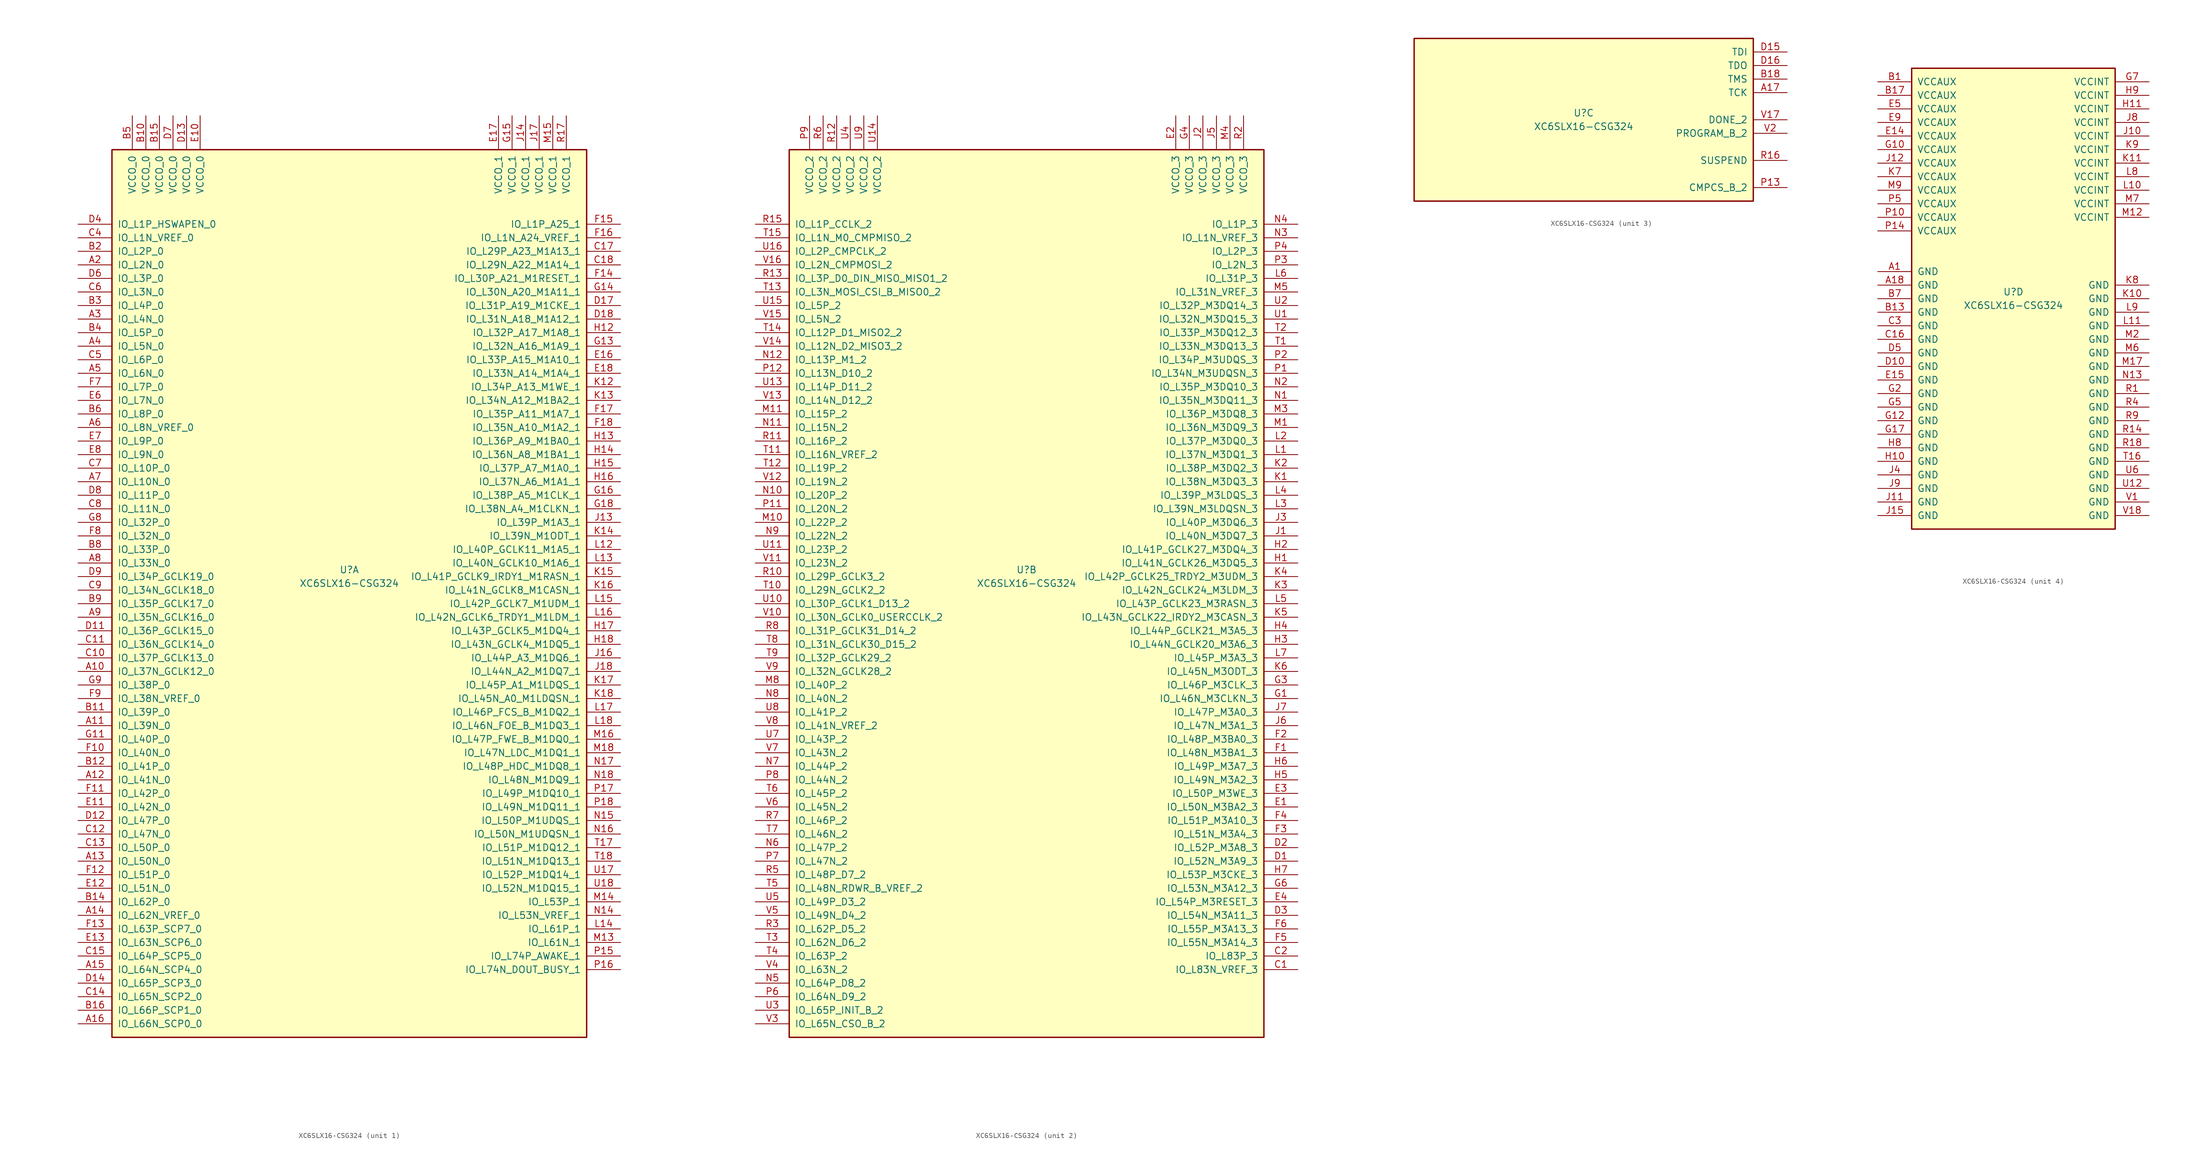
<source format=kicad_sym>
(kicad_symbol_lib
  (version 20201005)
  (generator kicad_symbol_editor)
  (symbol "FPGA_Xilinx_Spartan6:XC6SLX16-CSG324"
    (pin_names
      (offset 1.016))
    (property "Reference" "U"
      (at 0 1.27 0)
      (effects (font (size 1.27 1.27))))
    (property "Value" "XC6SLX16-CSG324"
      (at 0 -1.27 0)
      (effects (font (size 1.27 1.27))))
    (property "Datasheet" ""
      (at 0 0 0)
      (effects (font (size 1.27 1.27))))
    (property "ki_locked" ""
      (at 0 0 0)
      (effects (font (size 1.27 1.27))))
    (symbol "XC6SLX16-CSG324_1_1"
      (rectangle (start -44.45 80.01) (end 44.45 -86.36) (stroke (width 0.254)) (fill (type background)))
      (pin power_in line (at -40.64 86.36 270) (length 6.35) (name "VCCO_0" (effects (font (size 1.27 1.27)))) (number "B5" (effects (font (size 1.27 1.27)))))
      (pin power_in line (at -38.1 86.36 270) (length 6.35) (name "VCCO_0" (effects (font (size 1.27 1.27)))) (number "B10" (effects (font (size 1.27 1.27)))))
      (pin power_in line (at -35.56 86.36 270) (length 6.35) (name "VCCO_0" (effects (font (size 1.27 1.27)))) (number "B15" (effects (font (size 1.27 1.27)))))
      (pin power_in line (at -33.02 86.36 270) (length 6.35) (name "VCCO_0" (effects (font (size 1.27 1.27)))) (number "D7" (effects (font (size 1.27 1.27)))))
      (pin power_in line (at -30.48 86.36 270) (length 6.35) (name "VCCO_0" (effects (font (size 1.27 1.27)))) (number "D13" (effects (font (size 1.27 1.27)))))
      (pin power_in line (at -27.94 86.36 270) (length 6.35) (name "VCCO_0" (effects (font (size 1.27 1.27)))) (number "E10" (effects (font (size 1.27 1.27)))))
      (pin bidirectional line (at -50.8 66.04 0) (length 6.35) (name "IO_L1P_HSWAPEN_0" (effects (font (size 1.27 1.27)))) (number "D4" (effects (font (size 1.27 1.27)))))
      (pin bidirectional line (at -50.8 63.5 0) (length 6.35) (name "IO_L1N_VREF_0" (effects (font (size 1.27 1.27)))) (number "C4" (effects (font (size 1.27 1.27)))))
      (pin bidirectional line (at -50.8 60.96 0) (length 6.35) (name "IO_L2P_0" (effects (font (size 1.27 1.27)))) (number "B2" (effects (font (size 1.27 1.27)))))
      (pin bidirectional line (at -50.8 58.42 0) (length 6.35) (name "IO_L2N_0" (effects (font (size 1.27 1.27)))) (number "A2" (effects (font (size 1.27 1.27)))))
      (pin bidirectional line (at -50.8 55.88 0) (length 6.35) (name "IO_L3P_0" (effects (font (size 1.27 1.27)))) (number "D6" (effects (font (size 1.27 1.27)))))
      (pin bidirectional line (at -50.8 53.34 0) (length 6.35) (name "IO_L3N_0" (effects (font (size 1.27 1.27)))) (number "C6" (effects (font (size 1.27 1.27)))))
      (pin bidirectional line (at -50.8 50.8 0) (length 6.35) (name "IO_L4P_0" (effects (font (size 1.27 1.27)))) (number "B3" (effects (font (size 1.27 1.27)))))
      (pin bidirectional line (at -50.8 48.26 0) (length 6.35) (name "IO_L4N_0" (effects (font (size 1.27 1.27)))) (number "A3" (effects (font (size 1.27 1.27)))))
      (pin bidirectional line (at -50.8 45.72 0) (length 6.35) (name "IO_L5P_0" (effects (font (size 1.27 1.27)))) (number "B4" (effects (font (size 1.27 1.27)))))
      (pin bidirectional line (at -50.8 43.18 0) (length 6.35) (name "IO_L5N_0" (effects (font (size 1.27 1.27)))) (number "A4" (effects (font (size 1.27 1.27)))))
      (pin bidirectional line (at -50.8 40.64 0) (length 6.35) (name "IO_L6P_0" (effects (font (size 1.27 1.27)))) (number "C5" (effects (font (size 1.27 1.27)))))
      (pin bidirectional line (at -50.8 38.1 0) (length 6.35) (name "IO_L6N_0" (effects (font (size 1.27 1.27)))) (number "A5" (effects (font (size 1.27 1.27)))))
      (pin bidirectional line (at -50.8 35.56 0) (length 6.35) (name "IO_L7P_0" (effects (font (size 1.27 1.27)))) (number "F7" (effects (font (size 1.27 1.27)))))
      (pin bidirectional line (at -50.8 33.02 0) (length 6.35) (name "IO_L7N_0" (effects (font (size 1.27 1.27)))) (number "E6" (effects (font (size 1.27 1.27)))))
      (pin bidirectional line (at -50.8 30.48 0) (length 6.35) (name "IO_L8P_0" (effects (font (size 1.27 1.27)))) (number "B6" (effects (font (size 1.27 1.27)))))
      (pin bidirectional line (at -50.8 27.94 0) (length 6.35) (name "IO_L8N_VREF_0" (effects (font (size 1.27 1.27)))) (number "A6" (effects (font (size 1.27 1.27)))))
      (pin bidirectional line (at -50.8 25.4 0) (length 6.35) (name "IO_L9P_0" (effects (font (size 1.27 1.27)))) (number "E7" (effects (font (size 1.27 1.27)))))
      (pin bidirectional line (at -50.8 22.86 0) (length 6.35) (name "IO_L9N_0" (effects (font (size 1.27 1.27)))) (number "E8" (effects (font (size 1.27 1.27)))))
      (pin bidirectional line (at -50.8 20.32 0) (length 6.35) (name "IO_L10P_0" (effects (font (size 1.27 1.27)))) (number "C7" (effects (font (size 1.27 1.27)))))
      (pin bidirectional line (at -50.8 17.78 0) (length 6.35) (name "IO_L10N_0" (effects (font (size 1.27 1.27)))) (number "A7" (effects (font (size 1.27 1.27)))))
      (pin bidirectional line (at -50.8 15.24 0) (length 6.35) (name "IO_L11P_0" (effects (font (size 1.27 1.27)))) (number "D8" (effects (font (size 1.27 1.27)))))
      (pin bidirectional line (at -50.8 12.7 0) (length 6.35) (name "IO_L11N_0" (effects (font (size 1.27 1.27)))) (number "C8" (effects (font (size 1.27 1.27)))))
      (pin bidirectional line (at -50.8 10.16 0) (length 6.35) (name "IO_L32P_0" (effects (font (size 1.27 1.27)))) (number "G8" (effects (font (size 1.27 1.27)))))
      (pin bidirectional line (at -50.8 7.62 0) (length 6.35) (name "IO_L32N_0" (effects (font (size 1.27 1.27)))) (number "F8" (effects (font (size 1.27 1.27)))))
      (pin bidirectional line (at -50.8 5.08 0) (length 6.35) (name "IO_L33P_0" (effects (font (size 1.27 1.27)))) (number "B8" (effects (font (size 1.27 1.27)))))
      (pin bidirectional line (at -50.8 2.54 0) (length 6.35) (name "IO_L33N_0" (effects (font (size 1.27 1.27)))) (number "A8" (effects (font (size 1.27 1.27)))))
      (pin bidirectional line (at -50.8 0 0) (length 6.35) (name "IO_L34P_GCLK19_0" (effects (font (size 1.27 1.27)))) (number "D9" (effects (font (size 1.27 1.27)))))
      (pin bidirectional line (at -50.8 -2.54 0) (length 6.35) (name "IO_L34N_GCLK18_0" (effects (font (size 1.27 1.27)))) (number "C9" (effects (font (size 1.27 1.27)))))
      (pin bidirectional line (at -50.8 -5.08 0) (length 6.35) (name "IO_L35P_GCLK17_0" (effects (font (size 1.27 1.27)))) (number "B9" (effects (font (size 1.27 1.27)))))
      (pin bidirectional line (at -50.8 -7.62 0) (length 6.35) (name "IO_L35N_GCLK16_0" (effects (font (size 1.27 1.27)))) (number "A9" (effects (font (size 1.27 1.27)))))
      (pin bidirectional line (at -50.8 -10.16 0) (length 6.35) (name "IO_L36P_GCLK15_0" (effects (font (size 1.27 1.27)))) (number "D11" (effects (font (size 1.27 1.27)))))
      (pin bidirectional line (at -50.8 -12.7 0) (length 6.35) (name "IO_L36N_GCLK14_0" (effects (font (size 1.27 1.27)))) (number "C11" (effects (font (size 1.27 1.27)))))
      (pin bidirectional line (at -50.8 -15.24 0) (length 6.35) (name "IO_L37P_GCLK13_0" (effects (font (size 1.27 1.27)))) (number "C10" (effects (font (size 1.27 1.27)))))
      (pin bidirectional line (at -50.8 -17.78 0) (length 6.35) (name "IO_L37N_GCLK12_0" (effects (font (size 1.27 1.27)))) (number "A10" (effects (font (size 1.27 1.27)))))
      (pin bidirectional line (at -50.8 -20.32 0) (length 6.35) (name "IO_L38P_0" (effects (font (size 1.27 1.27)))) (number "G9" (effects (font (size 1.27 1.27)))))
      (pin bidirectional line (at -50.8 -22.86 0) (length 6.35) (name "IO_L38N_VREF_0" (effects (font (size 1.27 1.27)))) (number "F9" (effects (font (size 1.27 1.27)))))
      (pin bidirectional line (at -50.8 -25.4 0) (length 6.35) (name "IO_L39P_0" (effects (font (size 1.27 1.27)))) (number "B11" (effects (font (size 1.27 1.27)))))
      (pin bidirectional line (at -50.8 -27.94 0) (length 6.35) (name "IO_L39N_0" (effects (font (size 1.27 1.27)))) (number "A11" (effects (font (size 1.27 1.27)))))
      (pin bidirectional line (at -50.8 -30.48 0) (length 6.35) (name "IO_L40P_0" (effects (font (size 1.27 1.27)))) (number "G11" (effects (font (size 1.27 1.27)))))
      (pin bidirectional line (at -50.8 -33.02 0) (length 6.35) (name "IO_L40N_0" (effects (font (size 1.27 1.27)))) (number "F10" (effects (font (size 1.27 1.27)))))
      (pin bidirectional line (at -50.8 -35.56 0) (length 6.35) (name "IO_L41P_0" (effects (font (size 1.27 1.27)))) (number "B12" (effects (font (size 1.27 1.27)))))
      (pin bidirectional line (at -50.8 -38.1 0) (length 6.35) (name "IO_L41N_0" (effects (font (size 1.27 1.27)))) (number "A12" (effects (font (size 1.27 1.27)))))
      (pin bidirectional line (at -50.8 -40.64 0) (length 6.35) (name "IO_L42P_0" (effects (font (size 1.27 1.27)))) (number "F11" (effects (font (size 1.27 1.27)))))
      (pin bidirectional line (at -50.8 -43.18 0) (length 6.35) (name "IO_L42N_0" (effects (font (size 1.27 1.27)))) (number "E11" (effects (font (size 1.27 1.27)))))
      (pin bidirectional line (at -50.8 -45.72 0) (length 6.35) (name "IO_L47P_0" (effects (font (size 1.27 1.27)))) (number "D12" (effects (font (size 1.27 1.27)))))
      (pin bidirectional line (at -50.8 -48.26 0) (length 6.35) (name "IO_L47N_0" (effects (font (size 1.27 1.27)))) (number "C12" (effects (font (size 1.27 1.27)))))
      (pin bidirectional line (at -50.8 -50.8 0) (length 6.35) (name "IO_L50P_0" (effects (font (size 1.27 1.27)))) (number "C13" (effects (font (size 1.27 1.27)))))
      (pin bidirectional line (at -50.8 -53.34 0) (length 6.35) (name "IO_L50N_0" (effects (font (size 1.27 1.27)))) (number "A13" (effects (font (size 1.27 1.27)))))
      (pin bidirectional line (at -50.8 -55.88 0) (length 6.35) (name "IO_L51P_0" (effects (font (size 1.27 1.27)))) (number "F12" (effects (font (size 1.27 1.27)))))
      (pin bidirectional line (at -50.8 -58.42 0) (length 6.35) (name "IO_L51N_0" (effects (font (size 1.27 1.27)))) (number "E12" (effects (font (size 1.27 1.27)))))
      (pin bidirectional line (at -50.8 -60.96 0) (length 6.35) (name "IO_L62P_0" (effects (font (size 1.27 1.27)))) (number "B14" (effects (font (size 1.27 1.27)))))
      (pin bidirectional line (at -50.8 -63.5 0) (length 6.35) (name "IO_L62N_VREF_0" (effects (font (size 1.27 1.27)))) (number "A14" (effects (font (size 1.27 1.27)))))
      (pin bidirectional line (at -50.8 -66.04 0) (length 6.35) (name "IO_L63P_SCP7_0" (effects (font (size 1.27 1.27)))) (number "F13" (effects (font (size 1.27 1.27)))))
      (pin bidirectional line (at -50.8 -68.58 0) (length 6.35) (name "IO_L63N_SCP6_0" (effects (font (size 1.27 1.27)))) (number "E13" (effects (font (size 1.27 1.27)))))
      (pin bidirectional line (at -50.8 -71.12 0) (length 6.35) (name "IO_L64P_SCP5_0" (effects (font (size 1.27 1.27)))) (number "C15" (effects (font (size 1.27 1.27)))))
      (pin bidirectional line (at -50.8 -73.66 0) (length 6.35) (name "IO_L64N_SCP4_0" (effects (font (size 1.27 1.27)))) (number "A15" (effects (font (size 1.27 1.27)))))
      (pin bidirectional line (at -50.8 -76.2 0) (length 6.35) (name "IO_L65P_SCP3_0" (effects (font (size 1.27 1.27)))) (number "D14" (effects (font (size 1.27 1.27)))))
      (pin bidirectional line (at -50.8 -78.74 0) (length 6.35) (name "IO_L65N_SCP2_0" (effects (font (size 1.27 1.27)))) (number "C14" (effects (font (size 1.27 1.27)))))
      (pin bidirectional line (at -50.8 -81.28 0) (length 6.35) (name "IO_L66P_SCP1_0" (effects (font (size 1.27 1.27)))) (number "B16" (effects (font (size 1.27 1.27)))))
      (pin bidirectional line (at -50.8 -83.82 0) (length 6.35) (name "IO_L66N_SCP0_0" (effects (font (size 1.27 1.27)))) (number "A16" (effects (font (size 1.27 1.27)))))
      (pin power_in line (at 27.94 86.36 270) (length 6.35) (name "VCCO_1" (effects (font (size 1.27 1.27)))) (number "E17" (effects (font (size 1.27 1.27)))))
      (pin power_in line (at 30.48 86.36 270) (length 6.35) (name "VCCO_1" (effects (font (size 1.27 1.27)))) (number "G15" (effects (font (size 1.27 1.27)))))
      (pin power_in line (at 33.02 86.36 270) (length 6.35) (name "VCCO_1" (effects (font (size 1.27 1.27)))) (number "J14" (effects (font (size 1.27 1.27)))))
      (pin power_in line (at 35.56 86.36 270) (length 6.35) (name "VCCO_1" (effects (font (size 1.27 1.27)))) (number "J17" (effects (font (size 1.27 1.27)))))
      (pin power_in line (at 38.1 86.36 270) (length 6.35) (name "VCCO_1" (effects (font (size 1.27 1.27)))) (number "M15" (effects (font (size 1.27 1.27)))))
      (pin power_in line (at 40.64 86.36 270) (length 6.35) (name "VCCO_1" (effects (font (size 1.27 1.27)))) (number "R17" (effects (font (size 1.27 1.27)))))
      (pin bidirectional line (at 50.8 66.04 180) (length 6.35) (name "IO_L1P_A25_1" (effects (font (size 1.27 1.27)))) (number "F15" (effects (font (size 1.27 1.27)))))
      (pin bidirectional line (at 50.8 63.5 180) (length 6.35) (name "IO_L1N_A24_VREF_1" (effects (font (size 1.27 1.27)))) (number "F16" (effects (font (size 1.27 1.27)))))
      (pin bidirectional line (at 50.8 60.96 180) (length 6.35) (name "IO_L29P_A23_M1A13_1" (effects (font (size 1.27 1.27)))) (number "C17" (effects (font (size 1.27 1.27)))))
      (pin bidirectional line (at 50.8 58.42 180) (length 6.35) (name "IO_L29N_A22_M1A14_1" (effects (font (size 1.27 1.27)))) (number "C18" (effects (font (size 1.27 1.27)))))
      (pin bidirectional line (at 50.8 55.88 180) (length 6.35) (name "IO_L30P_A21_M1RESET_1" (effects (font (size 1.27 1.27)))) (number "F14" (effects (font (size 1.27 1.27)))))
      (pin bidirectional line (at 50.8 53.34 180) (length 6.35) (name "IO_L30N_A20_M1A11_1" (effects (font (size 1.27 1.27)))) (number "G14" (effects (font (size 1.27 1.27)))))
      (pin bidirectional line (at 50.8 50.8 180) (length 6.35) (name "IO_L31P_A19_M1CKE_1" (effects (font (size 1.27 1.27)))) (number "D17" (effects (font (size 1.27 1.27)))))
      (pin bidirectional line (at 50.8 48.26 180) (length 6.35) (name "IO_L31N_A18_M1A12_1" (effects (font (size 1.27 1.27)))) (number "D18" (effects (font (size 1.27 1.27)))))
      (pin bidirectional line (at 50.8 45.72 180) (length 6.35) (name "IO_L32P_A17_M1A8_1" (effects (font (size 1.27 1.27)))) (number "H12" (effects (font (size 1.27 1.27)))))
      (pin bidirectional line (at 50.8 43.18 180) (length 6.35) (name "IO_L32N_A16_M1A9_1" (effects (font (size 1.27 1.27)))) (number "G13" (effects (font (size 1.27 1.27)))))
      (pin bidirectional line (at 50.8 40.64 180) (length 6.35) (name "IO_L33P_A15_M1A10_1" (effects (font (size 1.27 1.27)))) (number "E16" (effects (font (size 1.27 1.27)))))
      (pin bidirectional line (at 50.8 38.1 180) (length 6.35) (name "IO_L33N_A14_M1A4_1" (effects (font (size 1.27 1.27)))) (number "E18" (effects (font (size 1.27 1.27)))))
      (pin bidirectional line (at 50.8 35.56 180) (length 6.35) (name "IO_L34P_A13_M1WE_1" (effects (font (size 1.27 1.27)))) (number "K12" (effects (font (size 1.27 1.27)))))
      (pin bidirectional line (at 50.8 33.02 180) (length 6.35) (name "IO_L34N_A12_M1BA2_1" (effects (font (size 1.27 1.27)))) (number "K13" (effects (font (size 1.27 1.27)))))
      (pin bidirectional line (at 50.8 30.48 180) (length 6.35) (name "IO_L35P_A11_M1A7_1" (effects (font (size 1.27 1.27)))) (number "F17" (effects (font (size 1.27 1.27)))))
      (pin bidirectional line (at 50.8 27.94 180) (length 6.35) (name "IO_L35N_A10_M1A2_1" (effects (font (size 1.27 1.27)))) (number "F18" (effects (font (size 1.27 1.27)))))
      (pin bidirectional line (at 50.8 25.4 180) (length 6.35) (name "IO_L36P_A9_M1BA0_1" (effects (font (size 1.27 1.27)))) (number "H13" (effects (font (size 1.27 1.27)))))
      (pin bidirectional line (at 50.8 22.86 180) (length 6.35) (name "IO_L36N_A8_M1BA1_1" (effects (font (size 1.27 1.27)))) (number "H14" (effects (font (size 1.27 1.27)))))
      (pin bidirectional line (at 50.8 20.32 180) (length 6.35) (name "IO_L37P_A7_M1A0_1" (effects (font (size 1.27 1.27)))) (number "H15" (effects (font (size 1.27 1.27)))))
      (pin bidirectional line (at 50.8 17.78 180) (length 6.35) (name "IO_L37N_A6_M1A1_1" (effects (font (size 1.27 1.27)))) (number "H16" (effects (font (size 1.27 1.27)))))
      (pin bidirectional line (at 50.8 15.24 180) (length 6.35) (name "IO_L38P_A5_M1CLK_1" (effects (font (size 1.27 1.27)))) (number "G16" (effects (font (size 1.27 1.27)))))
      (pin bidirectional line (at 50.8 12.7 180) (length 6.35) (name "IO_L38N_A4_M1CLKN_1" (effects (font (size 1.27 1.27)))) (number "G18" (effects (font (size 1.27 1.27)))))
      (pin bidirectional line (at 50.8 10.16 180) (length 6.35) (name "IO_L39P_M1A3_1" (effects (font (size 1.27 1.27)))) (number "J13" (effects (font (size 1.27 1.27)))))
      (pin bidirectional line (at 50.8 7.62 180) (length 6.35) (name "IO_L39N_M1ODT_1" (effects (font (size 1.27 1.27)))) (number "K14" (effects (font (size 1.27 1.27)))))
      (pin bidirectional line (at 50.8 5.08 180) (length 6.35) (name "IO_L40P_GCLK11_M1A5_1" (effects (font (size 1.27 1.27)))) (number "L12" (effects (font (size 1.27 1.27)))))
      (pin bidirectional line (at 50.8 2.54 180) (length 6.35) (name "IO_L40N_GCLK10_M1A6_1" (effects (font (size 1.27 1.27)))) (number "L13" (effects (font (size 1.27 1.27)))))
      (pin bidirectional line (at 50.8 0 180) (length 6.35) (name "IO_L41P_GCLK9_IRDY1_M1RASN_1" (effects (font (size 1.27 1.27)))) (number "K15" (effects (font (size 1.27 1.27)))))
      (pin bidirectional line (at 50.8 -2.54 180) (length 6.35) (name "IO_L41N_GCLK8_M1CASN_1" (effects (font (size 1.27 1.27)))) (number "K16" (effects (font (size 1.27 1.27)))))
      (pin bidirectional line (at 50.8 -5.08 180) (length 6.35) (name "IO_L42P_GCLK7_M1UDM_1" (effects (font (size 1.27 1.27)))) (number "L15" (effects (font (size 1.27 1.27)))))
      (pin bidirectional line (at 50.8 -7.62 180) (length 6.35) (name "IO_L42N_GCLK6_TRDY1_M1LDM_1" (effects (font (size 1.27 1.27)))) (number "L16" (effects (font (size 1.27 1.27)))))
      (pin bidirectional line (at 50.8 -10.16 180) (length 6.35) (name "IO_L43P_GCLK5_M1DQ4_1" (effects (font (size 1.27 1.27)))) (number "H17" (effects (font (size 1.27 1.27)))))
      (pin bidirectional line (at 50.8 -12.7 180) (length 6.35) (name "IO_L43N_GCLK4_M1DQ5_1" (effects (font (size 1.27 1.27)))) (number "H18" (effects (font (size 1.27 1.27)))))
      (pin bidirectional line (at 50.8 -15.24 180) (length 6.35) (name "IO_L44P_A3_M1DQ6_1" (effects (font (size 1.27 1.27)))) (number "J16" (effects (font (size 1.27 1.27)))))
      (pin bidirectional line (at 50.8 -17.78 180) (length 6.35) (name "IO_L44N_A2_M1DQ7_1" (effects (font (size 1.27 1.27)))) (number "J18" (effects (font (size 1.27 1.27)))))
      (pin bidirectional line (at 50.8 -20.32 180) (length 6.35) (name "IO_L45P_A1_M1LDQS_1" (effects (font (size 1.27 1.27)))) (number "K17" (effects (font (size 1.27 1.27)))))
      (pin bidirectional line (at 50.8 -22.86 180) (length 6.35) (name "IO_L45N_A0_M1LDQSN_1" (effects (font (size 1.27 1.27)))) (number "K18" (effects (font (size 1.27 1.27)))))
      (pin bidirectional line (at 50.8 -25.4 180) (length 6.35) (name "IO_L46P_FCS_B_M1DQ2_1" (effects (font (size 1.27 1.27)))) (number "L17" (effects (font (size 1.27 1.27)))))
      (pin bidirectional line (at 50.8 -27.94 180) (length 6.35) (name "IO_L46N_FOE_B_M1DQ3_1" (effects (font (size 1.27 1.27)))) (number "L18" (effects (font (size 1.27 1.27)))))
      (pin bidirectional line (at 50.8 -30.48 180) (length 6.35) (name "IO_L47P_FWE_B_M1DQ0_1" (effects (font (size 1.27 1.27)))) (number "M16" (effects (font (size 1.27 1.27)))))
      (pin bidirectional line (at 50.8 -33.02 180) (length 6.35) (name "IO_L47N_LDC_M1DQ1_1" (effects (font (size 1.27 1.27)))) (number "M18" (effects (font (size 1.27 1.27)))))
      (pin bidirectional line (at 50.8 -35.56 180) (length 6.35) (name "IO_L48P_HDC_M1DQ8_1" (effects (font (size 1.27 1.27)))) (number "N17" (effects (font (size 1.27 1.27)))))
      (pin bidirectional line (at 50.8 -38.1 180) (length 6.35) (name "IO_L48N_M1DQ9_1" (effects (font (size 1.27 1.27)))) (number "N18" (effects (font (size 1.27 1.27)))))
      (pin bidirectional line (at 50.8 -40.64 180) (length 6.35) (name "IO_L49P_M1DQ10_1" (effects (font (size 1.27 1.27)))) (number "P17" (effects (font (size 1.27 1.27)))))
      (pin bidirectional line (at 50.8 -43.18 180) (length 6.35) (name "IO_L49N_M1DQ11_1" (effects (font (size 1.27 1.27)))) (number "P18" (effects (font (size 1.27 1.27)))))
      (pin bidirectional line (at 50.8 -45.72 180) (length 6.35) (name "IO_L50P_M1UDQS_1" (effects (font (size 1.27 1.27)))) (number "N15" (effects (font (size 1.27 1.27)))))
      (pin bidirectional line (at 50.8 -48.26 180) (length 6.35) (name "IO_L50N_M1UDQSN_1" (effects (font (size 1.27 1.27)))) (number "N16" (effects (font (size 1.27 1.27)))))
      (pin bidirectional line (at 50.8 -50.8 180) (length 6.35) (name "IO_L51P_M1DQ12_1" (effects (font (size 1.27 1.27)))) (number "T17" (effects (font (size 1.27 1.27)))))
      (pin bidirectional line (at 50.8 -53.34 180) (length 6.35) (name "IO_L51N_M1DQ13_1" (effects (font (size 1.27 1.27)))) (number "T18" (effects (font (size 1.27 1.27)))))
      (pin bidirectional line (at 50.8 -55.88 180) (length 6.35) (name "IO_L52P_M1DQ14_1" (effects (font (size 1.27 1.27)))) (number "U17" (effects (font (size 1.27 1.27)))))
      (pin bidirectional line (at 50.8 -58.42 180) (length 6.35) (name "IO_L52N_M1DQ15_1" (effects (font (size 1.27 1.27)))) (number "U18" (effects (font (size 1.27 1.27)))))
      (pin bidirectional line (at 50.8 -60.96 180) (length 6.35) (name "IO_L53P_1" (effects (font (size 1.27 1.27)))) (number "M14" (effects (font (size 1.27 1.27)))))
      (pin bidirectional line (at 50.8 -63.5 180) (length 6.35) (name "IO_L53N_VREF_1" (effects (font (size 1.27 1.27)))) (number "N14" (effects (font (size 1.27 1.27)))))
      (pin bidirectional line (at 50.8 -66.04 180) (length 6.35) (name "IO_L61P_1" (effects (font (size 1.27 1.27)))) (number "L14" (effects (font (size 1.27 1.27)))))
      (pin bidirectional line (at 50.8 -68.58 180) (length 6.35) (name "IO_L61N_1" (effects (font (size 1.27 1.27)))) (number "M13" (effects (font (size 1.27 1.27)))))
      (pin bidirectional line (at 50.8 -71.12 180) (length 6.35) (name "IO_L74P_AWAKE_1" (effects (font (size 1.27 1.27)))) (number "P15" (effects (font (size 1.27 1.27)))))
      (pin bidirectional line (at 50.8 -73.66 180) (length 6.35) (name "IO_L74N_DOUT_BUSY_1" (effects (font (size 1.27 1.27)))) (number "P16" (effects (font (size 1.27 1.27))))))
    (symbol "XC6SLX16-CSG324_2_1"
      (rectangle (start -44.45 80.01) (end 44.45 -86.36) (stroke (width 0.254)) (fill (type background)))
      (pin power_in line (at -40.64 86.36 270) (length 6.35) (name "VCCO_2" (effects (font (size 1.27 1.27)))) (number "P9" (effects (font (size 1.27 1.27)))))
      (pin power_in line (at -38.1 86.36 270) (length 6.35) (name "VCCO_2" (effects (font (size 1.27 1.27)))) (number "R6" (effects (font (size 1.27 1.27)))))
      (pin power_in line (at -35.56 86.36 270) (length 6.35) (name "VCCO_2" (effects (font (size 1.27 1.27)))) (number "R12" (effects (font (size 1.27 1.27)))))
      (pin power_in line (at -33.02 86.36 270) (length 6.35) (name "VCCO_2" (effects (font (size 1.27 1.27)))) (number "U4" (effects (font (size 1.27 1.27)))))
      (pin power_in line (at -30.48 86.36 270) (length 6.35) (name "VCCO_2" (effects (font (size 1.27 1.27)))) (number "U9" (effects (font (size 1.27 1.27)))))
      (pin power_in line (at -27.94 86.36 270) (length 6.35) (name "VCCO_2" (effects (font (size 1.27 1.27)))) (number "U14" (effects (font (size 1.27 1.27)))))
      (pin bidirectional line (at -50.8 66.04 0) (length 6.35) (name "IO_L1P_CCLK_2" (effects (font (size 1.27 1.27)))) (number "R15" (effects (font (size 1.27 1.27)))))
      (pin bidirectional line (at -50.8 63.5 0) (length 6.35) (name "IO_L1N_M0_CMPMISO_2" (effects (font (size 1.27 1.27)))) (number "T15" (effects (font (size 1.27 1.27)))))
      (pin bidirectional line (at -50.8 60.96 0) (length 6.35) (name "IO_L2P_CMPCLK_2" (effects (font (size 1.27 1.27)))) (number "U16" (effects (font (size 1.27 1.27)))))
      (pin bidirectional line (at -50.8 58.42 0) (length 6.35) (name "IO_L2N_CMPMOSI_2" (effects (font (size 1.27 1.27)))) (number "V16" (effects (font (size 1.27 1.27)))))
      (pin bidirectional line (at -50.8 55.88 0) (length 6.35) (name "IO_L3P_D0_DIN_MISO_MISO1_2" (effects (font (size 1.27 1.27)))) (number "R13" (effects (font (size 1.27 1.27)))))
      (pin bidirectional line (at -50.8 53.34 0) (length 6.35) (name "IO_L3N_MOSI_CSI_B_MISO0_2" (effects (font (size 1.27 1.27)))) (number "T13" (effects (font (size 1.27 1.27)))))
      (pin bidirectional line (at -50.8 50.8 0) (length 6.35) (name "IO_L5P_2" (effects (font (size 1.27 1.27)))) (number "U15" (effects (font (size 1.27 1.27)))))
      (pin bidirectional line (at -50.8 48.26 0) (length 6.35) (name "IO_L5N_2" (effects (font (size 1.27 1.27)))) (number "V15" (effects (font (size 1.27 1.27)))))
      (pin bidirectional line (at -50.8 45.72 0) (length 6.35) (name "IO_L12P_D1_MISO2_2" (effects (font (size 1.27 1.27)))) (number "T14" (effects (font (size 1.27 1.27)))))
      (pin bidirectional line (at -50.8 43.18 0) (length 6.35) (name "IO_L12N_D2_MISO3_2" (effects (font (size 1.27 1.27)))) (number "V14" (effects (font (size 1.27 1.27)))))
      (pin bidirectional line (at -50.8 40.64 0) (length 6.35) (name "IO_L13P_M1_2" (effects (font (size 1.27 1.27)))) (number "N12" (effects (font (size 1.27 1.27)))))
      (pin bidirectional line (at -50.8 38.1 0) (length 6.35) (name "IO_L13N_D10_2" (effects (font (size 1.27 1.27)))) (number "P12" (effects (font (size 1.27 1.27)))))
      (pin bidirectional line (at -50.8 35.56 0) (length 6.35) (name "IO_L14P_D11_2" (effects (font (size 1.27 1.27)))) (number "U13" (effects (font (size 1.27 1.27)))))
      (pin bidirectional line (at -50.8 33.02 0) (length 6.35) (name "IO_L14N_D12_2" (effects (font (size 1.27 1.27)))) (number "V13" (effects (font (size 1.27 1.27)))))
      (pin bidirectional line (at -50.8 30.48 0) (length 6.35) (name "IO_L15P_2" (effects (font (size 1.27 1.27)))) (number "M11" (effects (font (size 1.27 1.27)))))
      (pin bidirectional line (at -50.8 27.94 0) (length 6.35) (name "IO_L15N_2" (effects (font (size 1.27 1.27)))) (number "N11" (effects (font (size 1.27 1.27)))))
      (pin bidirectional line (at -50.8 25.4 0) (length 6.35) (name "IO_L16P_2" (effects (font (size 1.27 1.27)))) (number "R11" (effects (font (size 1.27 1.27)))))
      (pin bidirectional line (at -50.8 22.86 0) (length 6.35) (name "IO_L16N_VREF_2" (effects (font (size 1.27 1.27)))) (number "T11" (effects (font (size 1.27 1.27)))))
      (pin bidirectional line (at -50.8 20.32 0) (length 6.35) (name "IO_L19P_2" (effects (font (size 1.27 1.27)))) (number "T12" (effects (font (size 1.27 1.27)))))
      (pin bidirectional line (at -50.8 17.78 0) (length 6.35) (name "IO_L19N_2" (effects (font (size 1.27 1.27)))) (number "V12" (effects (font (size 1.27 1.27)))))
      (pin bidirectional line (at -50.8 15.24 0) (length 6.35) (name "IO_L20P_2" (effects (font (size 1.27 1.27)))) (number "N10" (effects (font (size 1.27 1.27)))))
      (pin bidirectional line (at -50.8 12.7 0) (length 6.35) (name "IO_L20N_2" (effects (font (size 1.27 1.27)))) (number "P11" (effects (font (size 1.27 1.27)))))
      (pin bidirectional line (at -50.8 10.16 0) (length 6.35) (name "IO_L22P_2" (effects (font (size 1.27 1.27)))) (number "M10" (effects (font (size 1.27 1.27)))))
      (pin bidirectional line (at -50.8 7.62 0) (length 6.35) (name "IO_L22N_2" (effects (font (size 1.27 1.27)))) (number "N9" (effects (font (size 1.27 1.27)))))
      (pin bidirectional line (at -50.8 5.08 0) (length 6.35) (name "IO_L23P_2" (effects (font (size 1.27 1.27)))) (number "U11" (effects (font (size 1.27 1.27)))))
      (pin bidirectional line (at -50.8 2.54 0) (length 6.35) (name "IO_L23N_2" (effects (font (size 1.27 1.27)))) (number "V11" (effects (font (size 1.27 1.27)))))
      (pin bidirectional line (at -50.8 0 0) (length 6.35) (name "IO_L29P_GCLK3_2" (effects (font (size 1.27 1.27)))) (number "R10" (effects (font (size 1.27 1.27)))))
      (pin bidirectional line (at -50.8 -2.54 0) (length 6.35) (name "IO_L29N_GCLK2_2" (effects (font (size 1.27 1.27)))) (number "T10" (effects (font (size 1.27 1.27)))))
      (pin bidirectional line (at -50.8 -5.08 0) (length 6.35) (name "IO_L30P_GCLK1_D13_2" (effects (font (size 1.27 1.27)))) (number "U10" (effects (font (size 1.27 1.27)))))
      (pin bidirectional line (at -50.8 -7.62 0) (length 6.35) (name "IO_L30N_GCLK0_USERCCLK_2" (effects (font (size 1.27 1.27)))) (number "V10" (effects (font (size 1.27 1.27)))))
      (pin bidirectional line (at -50.8 -10.16 0) (length 6.35) (name "IO_L31P_GCLK31_D14_2" (effects (font (size 1.27 1.27)))) (number "R8" (effects (font (size 1.27 1.27)))))
      (pin bidirectional line (at -50.8 -12.7 0) (length 6.35) (name "IO_L31N_GCLK30_D15_2" (effects (font (size 1.27 1.27)))) (number "T8" (effects (font (size 1.27 1.27)))))
      (pin bidirectional line (at -50.8 -15.24 0) (length 6.35) (name "IO_L32P_GCLK29_2" (effects (font (size 1.27 1.27)))) (number "T9" (effects (font (size 1.27 1.27)))))
      (pin bidirectional line (at -50.8 -17.78 0) (length 6.35) (name "IO_L32N_GCLK28_2" (effects (font (size 1.27 1.27)))) (number "V9" (effects (font (size 1.27 1.27)))))
      (pin bidirectional line (at -50.8 -20.32 0) (length 6.35) (name "IO_L40P_2" (effects (font (size 1.27 1.27)))) (number "M8" (effects (font (size 1.27 1.27)))))
      (pin bidirectional line (at -50.8 -22.86 0) (length 6.35) (name "IO_L40N_2" (effects (font (size 1.27 1.27)))) (number "N8" (effects (font (size 1.27 1.27)))))
      (pin bidirectional line (at -50.8 -25.4 0) (length 6.35) (name "IO_L41P_2" (effects (font (size 1.27 1.27)))) (number "U8" (effects (font (size 1.27 1.27)))))
      (pin bidirectional line (at -50.8 -27.94 0) (length 6.35) (name "IO_L41N_VREF_2" (effects (font (size 1.27 1.27)))) (number "V8" (effects (font (size 1.27 1.27)))))
      (pin bidirectional line (at -50.8 -30.48 0) (length 6.35) (name "IO_L43P_2" (effects (font (size 1.27 1.27)))) (number "U7" (effects (font (size 1.27 1.27)))))
      (pin bidirectional line (at -50.8 -33.02 0) (length 6.35) (name "IO_L43N_2" (effects (font (size 1.27 1.27)))) (number "V7" (effects (font (size 1.27 1.27)))))
      (pin bidirectional line (at -50.8 -35.56 0) (length 6.35) (name "IO_L44P_2" (effects (font (size 1.27 1.27)))) (number "N7" (effects (font (size 1.27 1.27)))))
      (pin bidirectional line (at -50.8 -38.1 0) (length 6.35) (name "IO_L44N_2" (effects (font (size 1.27 1.27)))) (number "P8" (effects (font (size 1.27 1.27)))))
      (pin bidirectional line (at -50.8 -40.64 0) (length 6.35) (name "IO_L45P_2" (effects (font (size 1.27 1.27)))) (number "T6" (effects (font (size 1.27 1.27)))))
      (pin bidirectional line (at -50.8 -43.18 0) (length 6.35) (name "IO_L45N_2" (effects (font (size 1.27 1.27)))) (number "V6" (effects (font (size 1.27 1.27)))))
      (pin bidirectional line (at -50.8 -45.72 0) (length 6.35) (name "IO_L46P_2" (effects (font (size 1.27 1.27)))) (number "R7" (effects (font (size 1.27 1.27)))))
      (pin bidirectional line (at -50.8 -48.26 0) (length 6.35) (name "IO_L46N_2" (effects (font (size 1.27 1.27)))) (number "T7" (effects (font (size 1.27 1.27)))))
      (pin bidirectional line (at -50.8 -50.8 0) (length 6.35) (name "IO_L47P_2" (effects (font (size 1.27 1.27)))) (number "N6" (effects (font (size 1.27 1.27)))))
      (pin bidirectional line (at -50.8 -53.34 0) (length 6.35) (name "IO_L47N_2" (effects (font (size 1.27 1.27)))) (number "P7" (effects (font (size 1.27 1.27)))))
      (pin bidirectional line (at -50.8 -55.88 0) (length 6.35) (name "IO_L48P_D7_2" (effects (font (size 1.27 1.27)))) (number "R5" (effects (font (size 1.27 1.27)))))
      (pin bidirectional line (at -50.8 -58.42 0) (length 6.35) (name "IO_L48N_RDWR_B_VREF_2" (effects (font (size 1.27 1.27)))) (number "T5" (effects (font (size 1.27 1.27)))))
      (pin bidirectional line (at -50.8 -60.96 0) (length 6.35) (name "IO_L49P_D3_2" (effects (font (size 1.27 1.27)))) (number "U5" (effects (font (size 1.27 1.27)))))
      (pin bidirectional line (at -50.8 -63.5 0) (length 6.35) (name "IO_L49N_D4_2" (effects (font (size 1.27 1.27)))) (number "V5" (effects (font (size 1.27 1.27)))))
      (pin bidirectional line (at -50.8 -66.04 0) (length 6.35) (name "IO_L62P_D5_2" (effects (font (size 1.27 1.27)))) (number "R3" (effects (font (size 1.27 1.27)))))
      (pin bidirectional line (at -50.8 -68.58 0) (length 6.35) (name "IO_L62N_D6_2" (effects (font (size 1.27 1.27)))) (number "T3" (effects (font (size 1.27 1.27)))))
      (pin bidirectional line (at -50.8 -71.12 0) (length 6.35) (name "IO_L63P_2" (effects (font (size 1.27 1.27)))) (number "T4" (effects (font (size 1.27 1.27)))))
      (pin bidirectional line (at -50.8 -73.66 0) (length 6.35) (name "IO_L63N_2" (effects (font (size 1.27 1.27)))) (number "V4" (effects (font (size 1.27 1.27)))))
      (pin bidirectional line (at -50.8 -76.2 0) (length 6.35) (name "IO_L64P_D8_2" (effects (font (size 1.27 1.27)))) (number "N5" (effects (font (size 1.27 1.27)))))
      (pin bidirectional line (at -50.8 -78.74 0) (length 6.35) (name "IO_L64N_D9_2" (effects (font (size 1.27 1.27)))) (number "P6" (effects (font (size 1.27 1.27)))))
      (pin bidirectional line (at -50.8 -81.28 0) (length 6.35) (name "IO_L65P_INIT_B_2" (effects (font (size 1.27 1.27)))) (number "U3" (effects (font (size 1.27 1.27)))))
      (pin bidirectional line (at -50.8 -83.82 0) (length 6.35) (name "IO_L65N_CSO_B_2" (effects (font (size 1.27 1.27)))) (number "V3" (effects (font (size 1.27 1.27)))))
      (pin power_in line (at 27.94 86.36 270) (length 6.35) (name "VCCO_3" (effects (font (size 1.27 1.27)))) (number "E2" (effects (font (size 1.27 1.27)))))
      (pin power_in line (at 30.48 86.36 270) (length 6.35) (name "VCCO_3" (effects (font (size 1.27 1.27)))) (number "G4" (effects (font (size 1.27 1.27)))))
      (pin power_in line (at 33.02 86.36 270) (length 6.35) (name "VCCO_3" (effects (font (size 1.27 1.27)))) (number "J2" (effects (font (size 1.27 1.27)))))
      (pin power_in line (at 35.56 86.36 270) (length 6.35) (name "VCCO_3" (effects (font (size 1.27 1.27)))) (number "J5" (effects (font (size 1.27 1.27)))))
      (pin power_in line (at 38.1 86.36 270) (length 6.35) (name "VCCO_3" (effects (font (size 1.27 1.27)))) (number "M4" (effects (font (size 1.27 1.27)))))
      (pin power_in line (at 40.64 86.36 270) (length 6.35) (name "VCCO_3" (effects (font (size 1.27 1.27)))) (number "R2" (effects (font (size 1.27 1.27)))))
      (pin bidirectional line (at 50.8 66.04 180) (length 6.35) (name "IO_L1P_3" (effects (font (size 1.27 1.27)))) (number "N4" (effects (font (size 1.27 1.27)))))
      (pin bidirectional line (at 50.8 63.5 180) (length 6.35) (name "IO_L1N_VREF_3" (effects (font (size 1.27 1.27)))) (number "N3" (effects (font (size 1.27 1.27)))))
      (pin bidirectional line (at 50.8 60.96 180) (length 6.35) (name "IO_L2P_3" (effects (font (size 1.27 1.27)))) (number "P4" (effects (font (size 1.27 1.27)))))
      (pin bidirectional line (at 50.8 58.42 180) (length 6.35) (name "IO_L2N_3" (effects (font (size 1.27 1.27)))) (number "P3" (effects (font (size 1.27 1.27)))))
      (pin bidirectional line (at 50.8 55.88 180) (length 6.35) (name "IO_L31P_3" (effects (font (size 1.27 1.27)))) (number "L6" (effects (font (size 1.27 1.27)))))
      (pin bidirectional line (at 50.8 53.34 180) (length 6.35) (name "IO_L31N_VREF_3" (effects (font (size 1.27 1.27)))) (number "M5" (effects (font (size 1.27 1.27)))))
      (pin bidirectional line (at 50.8 50.8 180) (length 6.35) (name "IO_L32P_M3DQ14_3" (effects (font (size 1.27 1.27)))) (number "U2" (effects (font (size 1.27 1.27)))))
      (pin bidirectional line (at 50.8 48.26 180) (length 6.35) (name "IO_L32N_M3DQ15_3" (effects (font (size 1.27 1.27)))) (number "U1" (effects (font (size 1.27 1.27)))))
      (pin bidirectional line (at 50.8 45.72 180) (length 6.35) (name "IO_L33P_M3DQ12_3" (effects (font (size 1.27 1.27)))) (number "T2" (effects (font (size 1.27 1.27)))))
      (pin bidirectional line (at 50.8 43.18 180) (length 6.35) (name "IO_L33N_M3DQ13_3" (effects (font (size 1.27 1.27)))) (number "T1" (effects (font (size 1.27 1.27)))))
      (pin bidirectional line (at 50.8 40.64 180) (length 6.35) (name "IO_L34P_M3UDQS_3" (effects (font (size 1.27 1.27)))) (number "P2" (effects (font (size 1.27 1.27)))))
      (pin bidirectional line (at 50.8 38.1 180) (length 6.35) (name "IO_L34N_M3UDQSN_3" (effects (font (size 1.27 1.27)))) (number "P1" (effects (font (size 1.27 1.27)))))
      (pin bidirectional line (at 50.8 35.56 180) (length 6.35) (name "IO_L35P_M3DQ10_3" (effects (font (size 1.27 1.27)))) (number "N2" (effects (font (size 1.27 1.27)))))
      (pin bidirectional line (at 50.8 33.02 180) (length 6.35) (name "IO_L35N_M3DQ11_3" (effects (font (size 1.27 1.27)))) (number "N1" (effects (font (size 1.27 1.27)))))
      (pin bidirectional line (at 50.8 30.48 180) (length 6.35) (name "IO_L36P_M3DQ8_3" (effects (font (size 1.27 1.27)))) (number "M3" (effects (font (size 1.27 1.27)))))
      (pin bidirectional line (at 50.8 27.94 180) (length 6.35) (name "IO_L36N_M3DQ9_3" (effects (font (size 1.27 1.27)))) (number "M1" (effects (font (size 1.27 1.27)))))
      (pin bidirectional line (at 50.8 25.4 180) (length 6.35) (name "IO_L37P_M3DQ0_3" (effects (font (size 1.27 1.27)))) (number "L2" (effects (font (size 1.27 1.27)))))
      (pin bidirectional line (at 50.8 22.86 180) (length 6.35) (name "IO_L37N_M3DQ1_3" (effects (font (size 1.27 1.27)))) (number "L1" (effects (font (size 1.27 1.27)))))
      (pin bidirectional line (at 50.8 20.32 180) (length 6.35) (name "IO_L38P_M3DQ2_3" (effects (font (size 1.27 1.27)))) (number "K2" (effects (font (size 1.27 1.27)))))
      (pin bidirectional line (at 50.8 17.78 180) (length 6.35) (name "IO_L38N_M3DQ3_3" (effects (font (size 1.27 1.27)))) (number "K1" (effects (font (size 1.27 1.27)))))
      (pin bidirectional line (at 50.8 15.24 180) (length 6.35) (name "IO_L39P_M3LDQS_3" (effects (font (size 1.27 1.27)))) (number "L4" (effects (font (size 1.27 1.27)))))
      (pin bidirectional line (at 50.8 12.7 180) (length 6.35) (name "IO_L39N_M3LDQSN_3" (effects (font (size 1.27 1.27)))) (number "L3" (effects (font (size 1.27 1.27)))))
      (pin bidirectional line (at 50.8 10.16 180) (length 6.35) (name "IO_L40P_M3DQ6_3" (effects (font (size 1.27 1.27)))) (number "J3" (effects (font (size 1.27 1.27)))))
      (pin bidirectional line (at 50.8 7.62 180) (length 6.35) (name "IO_L40N_M3DQ7_3" (effects (font (size 1.27 1.27)))) (number "J1" (effects (font (size 1.27 1.27)))))
      (pin bidirectional line (at 50.8 5.08 180) (length 6.35) (name "IO_L41P_GCLK27_M3DQ4_3" (effects (font (size 1.27 1.27)))) (number "H2" (effects (font (size 1.27 1.27)))))
      (pin bidirectional line (at 50.8 2.54 180) (length 6.35) (name "IO_L41N_GCLK26_M3DQ5_3" (effects (font (size 1.27 1.27)))) (number "H1" (effects (font (size 1.27 1.27)))))
      (pin bidirectional line (at 50.8 0 180) (length 6.35) (name "IO_L42P_GCLK25_TRDY2_M3UDM_3" (effects (font (size 1.27 1.27)))) (number "K4" (effects (font (size 1.27 1.27)))))
      (pin bidirectional line (at 50.8 -2.54 180) (length 6.35) (name "IO_L42N_GCLK24_M3LDM_3" (effects (font (size 1.27 1.27)))) (number "K3" (effects (font (size 1.27 1.27)))))
      (pin bidirectional line (at 50.8 -5.08 180) (length 6.35) (name "IO_L43P_GCLK23_M3RASN_3" (effects (font (size 1.27 1.27)))) (number "L5" (effects (font (size 1.27 1.27)))))
      (pin bidirectional line (at 50.8 -7.62 180) (length 6.35) (name "IO_L43N_GCLK22_IRDY2_M3CASN_3" (effects (font (size 1.27 1.27)))) (number "K5" (effects (font (size 1.27 1.27)))))
      (pin bidirectional line (at 50.8 -10.16 180) (length 6.35) (name "IO_L44P_GCLK21_M3A5_3" (effects (font (size 1.27 1.27)))) (number "H4" (effects (font (size 1.27 1.27)))))
      (pin bidirectional line (at 50.8 -12.7 180) (length 6.35) (name "IO_L44N_GCLK20_M3A6_3" (effects (font (size 1.27 1.27)))) (number "H3" (effects (font (size 1.27 1.27)))))
      (pin bidirectional line (at 50.8 -15.24 180) (length 6.35) (name "IO_L45P_M3A3_3" (effects (font (size 1.27 1.27)))) (number "L7" (effects (font (size 1.27 1.27)))))
      (pin bidirectional line (at 50.8 -17.78 180) (length 6.35) (name "IO_L45N_M3ODT_3" (effects (font (size 1.27 1.27)))) (number "K6" (effects (font (size 1.27 1.27)))))
      (pin bidirectional line (at 50.8 -20.32 180) (length 6.35) (name "IO_L46P_M3CLK_3" (effects (font (size 1.27 1.27)))) (number "G3" (effects (font (size 1.27 1.27)))))
      (pin bidirectional line (at 50.8 -22.86 180) (length 6.35) (name "IO_L46N_M3CLKN_3" (effects (font (size 1.27 1.27)))) (number "G1" (effects (font (size 1.27 1.27)))))
      (pin bidirectional line (at 50.8 -25.4 180) (length 6.35) (name "IO_L47P_M3A0_3" (effects (font (size 1.27 1.27)))) (number "J7" (effects (font (size 1.27 1.27)))))
      (pin bidirectional line (at 50.8 -27.94 180) (length 6.35) (name "IO_L47N_M3A1_3" (effects (font (size 1.27 1.27)))) (number "J6" (effects (font (size 1.27 1.27)))))
      (pin bidirectional line (at 50.8 -30.48 180) (length 6.35) (name "IO_L48P_M3BA0_3" (effects (font (size 1.27 1.27)))) (number "F2" (effects (font (size 1.27 1.27)))))
      (pin bidirectional line (at 50.8 -33.02 180) (length 6.35) (name "IO_L48N_M3BA1_3" (effects (font (size 1.27 1.27)))) (number "F1" (effects (font (size 1.27 1.27)))))
      (pin bidirectional line (at 50.8 -35.56 180) (length 6.35) (name "IO_L49P_M3A7_3" (effects (font (size 1.27 1.27)))) (number "H6" (effects (font (size 1.27 1.27)))))
      (pin bidirectional line (at 50.8 -38.1 180) (length 6.35) (name "IO_L49N_M3A2_3" (effects (font (size 1.27 1.27)))) (number "H5" (effects (font (size 1.27 1.27)))))
      (pin bidirectional line (at 50.8 -40.64 180) (length 6.35) (name "IO_L50P_M3WE_3" (effects (font (size 1.27 1.27)))) (number "E3" (effects (font (size 1.27 1.27)))))
      (pin bidirectional line (at 50.8 -43.18 180) (length 6.35) (name "IO_L50N_M3BA2_3" (effects (font (size 1.27 1.27)))) (number "E1" (effects (font (size 1.27 1.27)))))
      (pin bidirectional line (at 50.8 -45.72 180) (length 6.35) (name "IO_L51P_M3A10_3" (effects (font (size 1.27 1.27)))) (number "F4" (effects (font (size 1.27 1.27)))))
      (pin bidirectional line (at 50.8 -48.26 180) (length 6.35) (name "IO_L51N_M3A4_3" (effects (font (size 1.27 1.27)))) (number "F3" (effects (font (size 1.27 1.27)))))
      (pin bidirectional line (at 50.8 -50.8 180) (length 6.35) (name "IO_L52P_M3A8_3" (effects (font (size 1.27 1.27)))) (number "D2" (effects (font (size 1.27 1.27)))))
      (pin bidirectional line (at 50.8 -53.34 180) (length 6.35) (name "IO_L52N_M3A9_3" (effects (font (size 1.27 1.27)))) (number "D1" (effects (font (size 1.27 1.27)))))
      (pin bidirectional line (at 50.8 -55.88 180) (length 6.35) (name "IO_L53P_M3CKE_3" (effects (font (size 1.27 1.27)))) (number "H7" (effects (font (size 1.27 1.27)))))
      (pin bidirectional line (at 50.8 -58.42 180) (length 6.35) (name "IO_L53N_M3A12_3" (effects (font (size 1.27 1.27)))) (number "G6" (effects (font (size 1.27 1.27)))))
      (pin bidirectional line (at 50.8 -60.96 180) (length 6.35) (name "IO_L54P_M3RESET_3" (effects (font (size 1.27 1.27)))) (number "E4" (effects (font (size 1.27 1.27)))))
      (pin bidirectional line (at 50.8 -63.5 180) (length 6.35) (name "IO_L54N_M3A11_3" (effects (font (size 1.27 1.27)))) (number "D3" (effects (font (size 1.27 1.27)))))
      (pin bidirectional line (at 50.8 -66.04 180) (length 6.35) (name "IO_L55P_M3A13_3" (effects (font (size 1.27 1.27)))) (number "F6" (effects (font (size 1.27 1.27)))))
      (pin bidirectional line (at 50.8 -68.58 180) (length 6.35) (name "IO_L55N_M3A14_3" (effects (font (size 1.27 1.27)))) (number "F5" (effects (font (size 1.27 1.27)))))
      (pin bidirectional line (at 50.8 -71.12 180) (length 6.35) (name "IO_L83P_3" (effects (font (size 1.27 1.27)))) (number "C2" (effects (font (size 1.27 1.27)))))
      (pin bidirectional line (at 50.8 -73.66 180) (length 6.35) (name "IO_L83N_VREF_3" (effects (font (size 1.27 1.27)))) (number "C1" (effects (font (size 1.27 1.27))))))
    (symbol "XC6SLX16-CSG324_3_1"
      (rectangle (start -31.75 15.24) (end 31.75 -15.24) (stroke (width 0.254)) (fill (type background)))
      (pin bidirectional line (at 38.1 12.7 180) (length 6.35) (name "TDI" (effects (font (size 1.27 1.27)))) (number "D15" (effects (font (size 1.27 1.27)))))
      (pin bidirectional line (at 38.1 10.16 180) (length 6.35) (name "TDO" (effects (font (size 1.27 1.27)))) (number "D16" (effects (font (size 1.27 1.27)))))
      (pin bidirectional line (at 38.1 7.62 180) (length 6.35) (name "TMS" (effects (font (size 1.27 1.27)))) (number "B18" (effects (font (size 1.27 1.27)))))
      (pin bidirectional line (at 38.1 5.08 180) (length 6.35) (name "TCK" (effects (font (size 1.27 1.27)))) (number "A17" (effects (font (size 1.27 1.27)))))
      (pin bidirectional line (at 38.1 0 180) (length 6.35) (name "DONE_2" (effects (font (size 1.27 1.27)))) (number "V17" (effects (font (size 1.27 1.27)))))
      (pin bidirectional line (at 38.1 -2.54 180) (length 6.35) (name "PROGRAM_B_2" (effects (font (size 1.27 1.27)))) (number "V2" (effects (font (size 1.27 1.27)))))
      (pin bidirectional line (at 38.1 -7.62 180) (length 6.35) (name "SUSPEND" (effects (font (size 1.27 1.27)))) (number "R16" (effects (font (size 1.27 1.27)))))
      (pin bidirectional line (at 38.1 -12.7 180) (length 6.35) (name "CMPCS_B_2" (effects (font (size 1.27 1.27)))) (number "P13" (effects (font (size 1.27 1.27))))))
    (symbol "XC6SLX16-CSG324_4_1"
      (rectangle (start -19.05 43.18) (end 19.05 -43.18) (stroke (width 0.254)) (fill (type background)))
      (pin power_in line (at -25.4 40.64 0) (length 6.35) (name "VCCAUX" (effects (font (size 1.27 1.27)))) (number "B1" (effects (font (size 1.27 1.27)))))
      (pin power_in line (at -25.4 38.1 0) (length 6.35) (name "VCCAUX" (effects (font (size 1.27 1.27)))) (number "B17" (effects (font (size 1.27 1.27)))))
      (pin power_in line (at -25.4 35.56 0) (length 6.35) (name "VCCAUX" (effects (font (size 1.27 1.27)))) (number "E5" (effects (font (size 1.27 1.27)))))
      (pin power_in line (at -25.4 33.02 0) (length 6.35) (name "VCCAUX" (effects (font (size 1.27 1.27)))) (number "E9" (effects (font (size 1.27 1.27)))))
      (pin power_in line (at -25.4 30.48 0) (length 6.35) (name "VCCAUX" (effects (font (size 1.27 1.27)))) (number "E14" (effects (font (size 1.27 1.27)))))
      (pin power_in line (at -25.4 27.94 0) (length 6.35) (name "VCCAUX" (effects (font (size 1.27 1.27)))) (number "G10" (effects (font (size 1.27 1.27)))))
      (pin power_in line (at -25.4 25.4 0) (length 6.35) (name "VCCAUX" (effects (font (size 1.27 1.27)))) (number "J12" (effects (font (size 1.27 1.27)))))
      (pin power_in line (at -25.4 22.86 0) (length 6.35) (name "VCCAUX" (effects (font (size 1.27 1.27)))) (number "K7" (effects (font (size 1.27 1.27)))))
      (pin power_in line (at -25.4 20.32 0) (length 6.35) (name "VCCAUX" (effects (font (size 1.27 1.27)))) (number "M9" (effects (font (size 1.27 1.27)))))
      (pin power_in line (at -25.4 17.78 0) (length 6.35) (name "VCCAUX" (effects (font (size 1.27 1.27)))) (number "P5" (effects (font (size 1.27 1.27)))))
      (pin power_in line (at -25.4 15.24 0) (length 6.35) (name "VCCAUX" (effects (font (size 1.27 1.27)))) (number "P10" (effects (font (size 1.27 1.27)))))
      (pin power_in line (at -25.4 12.7 0) (length 6.35) (name "VCCAUX" (effects (font (size 1.27 1.27)))) (number "P14" (effects (font (size 1.27 1.27)))))
      (pin power_in line (at -25.4 5.08 0) (length 6.35) (name "GND" (effects (font (size 1.27 1.27)))) (number "A1" (effects (font (size 1.27 1.27)))))
      (pin power_in line (at -25.4 2.54 0) (length 6.35) (name "GND" (effects (font (size 1.27 1.27)))) (number "A18" (effects (font (size 1.27 1.27)))))
      (pin power_in line (at -25.4 0 0) (length 6.35) (name "GND" (effects (font (size 1.27 1.27)))) (number "B7" (effects (font (size 1.27 1.27)))))
      (pin power_in line (at -25.4 -2.54 0) (length 6.35) (name "GND" (effects (font (size 1.27 1.27)))) (number "B13" (effects (font (size 1.27 1.27)))))
      (pin power_in line (at -25.4 -5.08 0) (length 6.35) (name "GND" (effects (font (size 1.27 1.27)))) (number "C3" (effects (font (size 1.27 1.27)))))
      (pin power_in line (at -25.4 -7.62 0) (length 6.35) (name "GND" (effects (font (size 1.27 1.27)))) (number "C16" (effects (font (size 1.27 1.27)))))
      (pin power_in line (at -25.4 -10.16 0) (length 6.35) (name "GND" (effects (font (size 1.27 1.27)))) (number "D5" (effects (font (size 1.27 1.27)))))
      (pin power_in line (at -25.4 -12.7 0) (length 6.35) (name "GND" (effects (font (size 1.27 1.27)))) (number "D10" (effects (font (size 1.27 1.27)))))
      (pin power_in line (at -25.4 -15.24 0) (length 6.35) (name "GND" (effects (font (size 1.27 1.27)))) (number "E15" (effects (font (size 1.27 1.27)))))
      (pin power_in line (at -25.4 -17.78 0) (length 6.35) (name "GND" (effects (font (size 1.27 1.27)))) (number "G2" (effects (font (size 1.27 1.27)))))
      (pin power_in line (at -25.4 -20.32 0) (length 6.35) (name "GND" (effects (font (size 1.27 1.27)))) (number "G5" (effects (font (size 1.27 1.27)))))
      (pin power_in line (at -25.4 -22.86 0) (length 6.35) (name "GND" (effects (font (size 1.27 1.27)))) (number "G12" (effects (font (size 1.27 1.27)))))
      (pin power_in line (at -25.4 -25.4 0) (length 6.35) (name "GND" (effects (font (size 1.27 1.27)))) (number "G17" (effects (font (size 1.27 1.27)))))
      (pin power_in line (at -25.4 -27.94 0) (length 6.35) (name "GND" (effects (font (size 1.27 1.27)))) (number "H8" (effects (font (size 1.27 1.27)))))
      (pin power_in line (at -25.4 -30.48 0) (length 6.35) (name "GND" (effects (font (size 1.27 1.27)))) (number "H10" (effects (font (size 1.27 1.27)))))
      (pin power_in line (at -25.4 -33.02 0) (length 6.35) (name "GND" (effects (font (size 1.27 1.27)))) (number "J4" (effects (font (size 1.27 1.27)))))
      (pin power_in line (at -25.4 -35.56 0) (length 6.35) (name "GND" (effects (font (size 1.27 1.27)))) (number "J9" (effects (font (size 1.27 1.27)))))
      (pin power_in line (at -25.4 -38.1 0) (length 6.35) (name "GND" (effects (font (size 1.27 1.27)))) (number "J11" (effects (font (size 1.27 1.27)))))
      (pin power_in line (at -25.4 -40.64 0) (length 6.35) (name "GND" (effects (font (size 1.27 1.27)))) (number "J15" (effects (font (size 1.27 1.27)))))
      (pin power_in line (at 25.4 40.64 180) (length 6.35) (name "VCCINT" (effects (font (size 1.27 1.27)))) (number "G7" (effects (font (size 1.27 1.27)))))
      (pin power_in line (at 25.4 38.1 180) (length 6.35) (name "VCCINT" (effects (font (size 1.27 1.27)))) (number "H9" (effects (font (size 1.27 1.27)))))
      (pin power_in line (at 25.4 35.56 180) (length 6.35) (name "VCCINT" (effects (font (size 1.27 1.27)))) (number "H11" (effects (font (size 1.27 1.27)))))
      (pin power_in line (at 25.4 33.02 180) (length 6.35) (name "VCCINT" (effects (font (size 1.27 1.27)))) (number "J8" (effects (font (size 1.27 1.27)))))
      (pin power_in line (at 25.4 30.48 180) (length 6.35) (name "VCCINT" (effects (font (size 1.27 1.27)))) (number "J10" (effects (font (size 1.27 1.27)))))
      (pin power_in line (at 25.4 27.94 180) (length 6.35) (name "VCCINT" (effects (font (size 1.27 1.27)))) (number "K9" (effects (font (size 1.27 1.27)))))
      (pin power_in line (at 25.4 25.4 180) (length 6.35) (name "VCCINT" (effects (font (size 1.27 1.27)))) (number "K11" (effects (font (size 1.27 1.27)))))
      (pin power_in line (at 25.4 22.86 180) (length 6.35) (name "VCCINT" (effects (font (size 1.27 1.27)))) (number "L8" (effects (font (size 1.27 1.27)))))
      (pin power_in line (at 25.4 20.32 180) (length 6.35) (name "VCCINT" (effects (font (size 1.27 1.27)))) (number "L10" (effects (font (size 1.27 1.27)))))
      (pin power_in line (at 25.4 17.78 180) (length 6.35) (name "VCCINT" (effects (font (size 1.27 1.27)))) (number "M7" (effects (font (size 1.27 1.27)))))
      (pin power_in line (at 25.4 15.24 180) (length 6.35) (name "VCCINT" (effects (font (size 1.27 1.27)))) (number "M12" (effects (font (size 1.27 1.27)))))
      (pin power_in line (at 25.4 2.54 180) (length 6.35) (name "GND" (effects (font (size 1.27 1.27)))) (number "K8" (effects (font (size 1.27 1.27)))))
      (pin power_in line (at 25.4 0 180) (length 6.35) (name "GND" (effects (font (size 1.27 1.27)))) (number "K10" (effects (font (size 1.27 1.27)))))
      (pin power_in line (at 25.4 -2.54 180) (length 6.35) (name "GND" (effects (font (size 1.27 1.27)))) (number "L9" (effects (font (size 1.27 1.27)))))
      (pin power_in line (at 25.4 -5.08 180) (length 6.35) (name "GND" (effects (font (size 1.27 1.27)))) (number "L11" (effects (font (size 1.27 1.27)))))
      (pin power_in line (at 25.4 -7.62 180) (length 6.35) (name "GND" (effects (font (size 1.27 1.27)))) (number "M2" (effects (font (size 1.27 1.27)))))
      (pin power_in line (at 25.4 -10.16 180) (length 6.35) (name "GND" (effects (font (size 1.27 1.27)))) (number "M6" (effects (font (size 1.27 1.27)))))
      (pin power_in line (at 25.4 -12.7 180) (length 6.35) (name "GND" (effects (font (size 1.27 1.27)))) (number "M17" (effects (font (size 1.27 1.27)))))
      (pin power_in line (at 25.4 -15.24 180) (length 6.35) (name "GND" (effects (font (size 1.27 1.27)))) (number "N13" (effects (font (size 1.27 1.27)))))
      (pin power_in line (at 25.4 -17.78 180) (length 6.35) (name "GND" (effects (font (size 1.27 1.27)))) (number "R1" (effects (font (size 1.27 1.27)))))
      (pin power_in line (at 25.4 -20.32 180) (length 6.35) (name "GND" (effects (font (size 1.27 1.27)))) (number "R4" (effects (font (size 1.27 1.27)))))
      (pin power_in line (at 25.4 -22.86 180) (length 6.35) (name "GND" (effects (font (size 1.27 1.27)))) (number "R9" (effects (font (size 1.27 1.27)))))
      (pin power_in line (at 25.4 -25.4 180) (length 6.35) (name "GND" (effects (font (size 1.27 1.27)))) (number "R14" (effects (font (size 1.27 1.27)))))
      (pin power_in line (at 25.4 -27.94 180) (length 6.35) (name "GND" (effects (font (size 1.27 1.27)))) (number "R18" (effects (font (size 1.27 1.27)))))
      (pin power_in line (at 25.4 -30.48 180) (length 6.35) (name "GND" (effects (font (size 1.27 1.27)))) (number "T16" (effects (font (size 1.27 1.27)))))
      (pin power_in line (at 25.4 -33.02 180) (length 6.35) (name "GND" (effects (font (size 1.27 1.27)))) (number "U6" (effects (font (size 1.27 1.27)))))
      (pin power_in line (at 25.4 -35.56 180) (length 6.35) (name "GND" (effects (font (size 1.27 1.27)))) (number "U12" (effects (font (size 1.27 1.27)))))
      (pin power_in line (at 25.4 -38.1 180) (length 6.35) (name "GND" (effects (font (size 1.27 1.27)))) (number "V1" (effects (font (size 1.27 1.27)))))
      (pin power_in line (at 25.4 -40.64 180) (length 6.35) (name "GND" (effects (font (size 1.27 1.27)))) (number "V18" (effects (font (size 1.27 1.27))))))))
</source>
